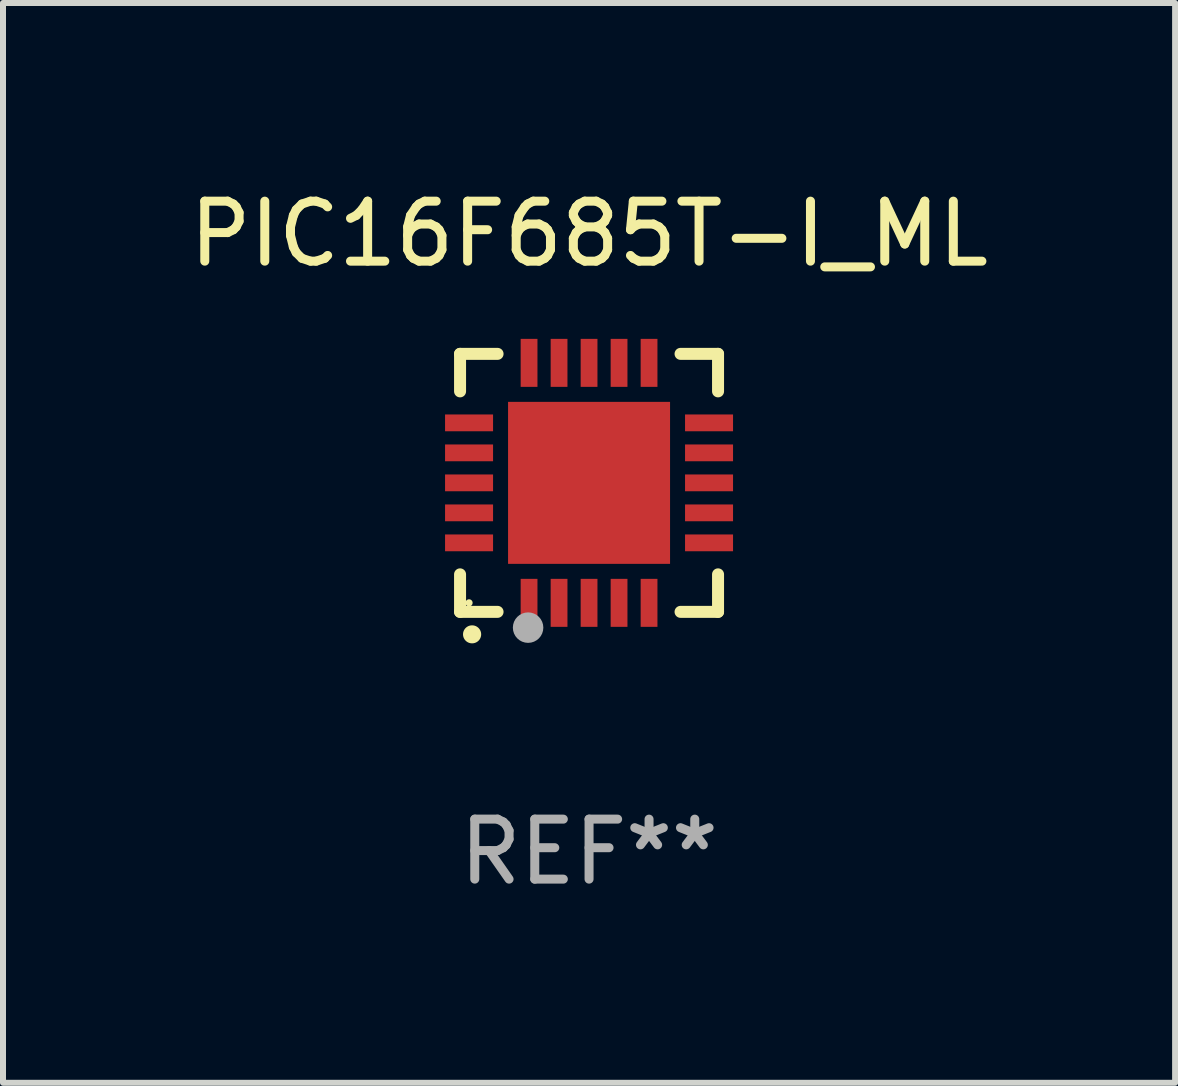
<source format=kicad_pcb>
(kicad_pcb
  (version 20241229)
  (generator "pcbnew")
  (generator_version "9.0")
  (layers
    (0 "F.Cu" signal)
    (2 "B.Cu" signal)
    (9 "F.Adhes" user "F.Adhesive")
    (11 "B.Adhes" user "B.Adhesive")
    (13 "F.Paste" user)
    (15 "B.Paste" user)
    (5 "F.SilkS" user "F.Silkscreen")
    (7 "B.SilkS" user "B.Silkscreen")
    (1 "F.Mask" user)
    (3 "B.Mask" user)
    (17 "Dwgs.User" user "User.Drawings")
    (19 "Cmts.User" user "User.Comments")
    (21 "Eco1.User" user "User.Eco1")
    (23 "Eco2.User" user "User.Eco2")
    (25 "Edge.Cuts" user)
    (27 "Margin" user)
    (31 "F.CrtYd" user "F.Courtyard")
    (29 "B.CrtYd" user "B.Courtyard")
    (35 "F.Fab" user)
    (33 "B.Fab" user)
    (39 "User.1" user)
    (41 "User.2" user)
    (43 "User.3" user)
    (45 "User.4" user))
  (footprint "PIC16F685T-I_ML"
    (layer "F.Cu")
    (at 6.768 4.998)
    (property "Reference" "PIC16F685T-I_ML" (at 0 -4.15 0) (layer "F.SilkS") (effects (font (size 1 1) (thickness 0.15))))
    (attr through_hole)
    (fp_line (start -2.15 -2.15) (end -2.15 -1.525) (stroke (width 0.2) (type solid)) (layer "F.SilkS"))
    (fp_line (start -2.15 2.15) (end -2.15 1.525) (stroke (width 0.2) (type solid)) (layer "F.SilkS"))
    (fp_line (start -1.525 -2.15) (end -2.15 -2.15) (stroke (width 0.2) (type solid)) (layer "F.SilkS"))
    (fp_line (start -1.525 2.15) (end -2.15 2.15) (stroke (width 0.2) (type solid)) (layer "F.SilkS"))
    (fp_line (start 1.525 2.15) (end 2.15 2.15) (stroke (width 0.2) (type solid)) (layer "F.SilkS"))
    (fp_line (start 2.15 -2.15) (end 1.525 -2.15) (stroke (width 0.2) (type solid)) (layer "F.SilkS"))
    (fp_line (start 2.15 -1.525) (end 2.15 -2.15) (stroke (width 0.2) (type solid)) (layer "F.SilkS"))
    (fp_line (start 2.15 2.15) (end 2.15 1.525) (stroke (width 0.2) (type solid)) (layer "F.SilkS"))
    (fp_arc (start -1.950724 2.524765) (mid -1.949454 2.52476) (end -1.948184 2.524765) (stroke (width 0.3) (type solid)) (layer "F.SilkS"))
    (fp_circle (center -2 2) (end -1.97 2) (stroke (width 0.06) (type solid)) (fill no) (layer "F.SilkS"))
    (fp_circle (center -1.016 2.413) (end -0.889 2.413) (stroke (width 0.254) (type solid)) (fill no) (layer "F.Fab"))
    (fp_text user "REF**" (at 0 6.15 0) (layer "F.Fab") (effects (font (size 1 1) (thickness 0.15))))
    (pad "1" smd rect (at -1 2) (size 0.28 0.8) (layers "F.Cu" "F.Mask" "F.Paste"))
    (pad "2" smd rect (at -0.5 2) (size 0.28 0.8) (layers "F.Cu" "F.Mask" "F.Paste"))
    (pad "3" smd rect (at 0 2) (size 0.28 0.8) (layers "F.Cu" "F.Mask" "F.Paste"))
    (pad "4" smd rect (at 0.5 2) (size 0.28 0.8) (layers "F.Cu" "F.Mask" "F.Paste"))
    (pad "5" smd rect (at 1 2) (size 0.28 0.8) (layers "F.Cu" "F.Mask" "F.Paste"))
    (pad "6" smd rect (at 2 1) (size 0.8 0.28) (layers "F.Cu" "F.Mask" "F.Paste"))
    (pad "7" smd rect (at 2 0.5) (size 0.8 0.28) (layers "F.Cu" "F.Mask" "F.Paste"))
    (pad "8" smd rect (at 2 0) (size 0.8 0.28) (layers "F.Cu" "F.Mask" "F.Paste"))
    (pad "9" smd rect (at 2 -0.5) (size 0.8 0.28) (layers "F.Cu" "F.Mask" "F.Paste"))
    (pad "10" smd rect (at 2 -1) (size 0.8 0.28) (layers "F.Cu" "F.Mask" "F.Paste"))
    (pad "11" smd rect (at 1 -2) (size 0.28 0.8) (layers "F.Cu" "F.Mask" "F.Paste"))
    (pad "12" smd rect (at 0.5 -2) (size 0.28 0.8) (layers "F.Cu" "F.Mask" "F.Paste"))
    (pad "13" smd rect (at 0 -2) (size 0.28 0.8) (layers "F.Cu" "F.Mask" "F.Paste"))
    (pad "14" smd rect (at -0.5 -2) (size 0.28 0.8) (layers "F.Cu" "F.Mask" "F.Paste"))
    (pad "15" smd rect (at -1 -2) (size 0.28 0.8) (layers "F.Cu" "F.Mask" "F.Paste"))
    (pad "16" smd rect (at -2 -1) (size 0.8 0.28) (layers "F.Cu" "F.Mask" "F.Paste"))
    (pad "17" smd rect (at -2 -0.5) (size 0.8 0.28) (layers "F.Cu" "F.Mask" "F.Paste"))
    (pad "18" smd rect (at -2 0) (size 0.8 0.28) (layers "F.Cu" "F.Mask" "F.Paste"))
    (pad "19" smd rect (at -2 0.5) (size 0.8 0.28) (layers "F.Cu" "F.Mask" "F.Paste"))
    (pad "20" smd rect (at -2 1) (size 0.8 0.28) (layers "F.Cu" "F.Mask" "F.Paste"))
    (pad "21" smd rect (at 0 0) (size 2.7 2.7) (layers "F.Cu" "F.Mask" "F.Paste")))
  (gr_rect
    (start -3 -3)
    (end 16.536 14.997)
    (stroke (width 0.1) (type default))
    (fill no)
    (layer "Edge.Cuts")))
</source>
